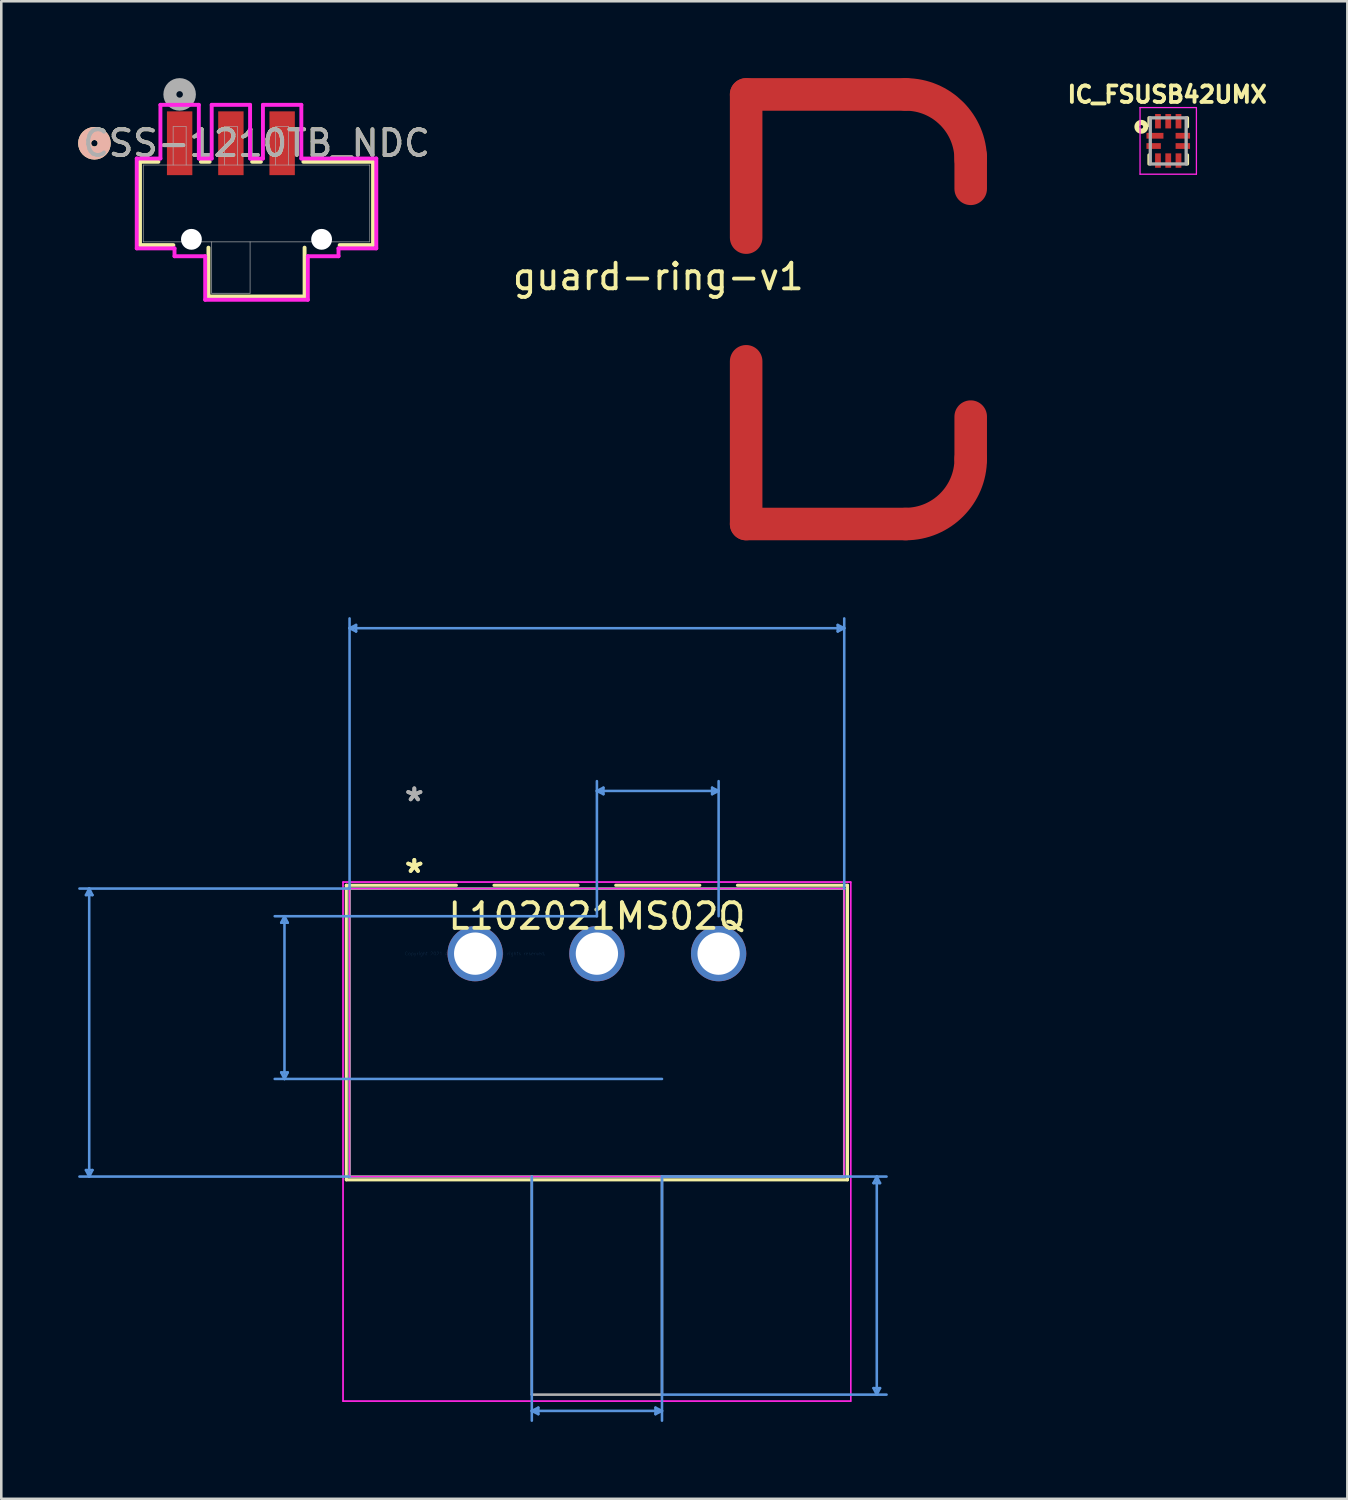
<source format=kicad_pcb>
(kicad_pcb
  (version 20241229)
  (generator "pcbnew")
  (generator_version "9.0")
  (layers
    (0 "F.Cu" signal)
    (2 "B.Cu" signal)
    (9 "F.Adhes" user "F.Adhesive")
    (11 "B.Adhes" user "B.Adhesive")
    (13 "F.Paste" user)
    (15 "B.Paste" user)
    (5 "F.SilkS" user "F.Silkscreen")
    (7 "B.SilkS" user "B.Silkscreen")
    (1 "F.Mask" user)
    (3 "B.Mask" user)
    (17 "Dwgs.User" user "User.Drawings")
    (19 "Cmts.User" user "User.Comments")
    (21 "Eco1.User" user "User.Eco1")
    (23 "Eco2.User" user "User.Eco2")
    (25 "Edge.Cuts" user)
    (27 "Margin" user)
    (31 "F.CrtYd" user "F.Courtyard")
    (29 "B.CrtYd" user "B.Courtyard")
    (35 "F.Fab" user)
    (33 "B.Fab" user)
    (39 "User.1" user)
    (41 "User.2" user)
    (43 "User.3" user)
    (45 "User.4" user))
  (footprint "IC_FSUSB42UMX"
    (layer "F.Cu")
    (at 42.538 2.448)
    (property "Reference" "IC_FSUSB42UMX" (at -0.041 -1.81 0) (layer "F.SilkS") (effects (font (size 0.64 0.64) (thickness 0.15))))
    (attr smd)
    (fp_line (start -0.75 -0.9) (end -0.75 -0.6) (stroke (width 0.127) (type solid)) (layer "F.SilkS"))
    (fp_line (start -0.75 0.55) (end -0.75 0.9) (stroke (width 0.127) (type solid)) (layer "F.SilkS"))
    (fp_line (start 0.75 -0.9) (end 0.75 -0.55) (stroke (width 0.127) (type solid)) (layer "F.SilkS"))
    (fp_line (start 0.75 0.55) (end 0.75 0.9) (stroke (width 0.127) (type solid)) (layer "F.SilkS"))
    (fp_circle (center -1.05 -0.55) (end -0.979 -0.55) (stroke (width 0.2) (type solid)) (fill no) (layer "F.SilkS"))
    (fp_line (start -1.1 -1.3) (end 1.1 -1.3) (stroke (width 0.05) (type solid)) (layer "F.CrtYd"))
    (fp_line (start -1.1 1.3) (end -1.1 -1.3) (stroke (width 0.05) (type solid)) (layer "F.CrtYd"))
    (fp_line (start 1.1 -1.3) (end 1.1 1.3) (stroke (width 0.05) (type solid)) (layer "F.CrtYd"))
    (fp_line (start 1.1 1.3) (end -1.1 1.3) (stroke (width 0.05) (type solid)) (layer "F.CrtYd"))
    (fp_line (start -0.7 -0.9) (end 0.7 -0.9) (stroke (width 0.127) (type solid)) (layer "F.Fab"))
    (fp_line (start -0.7 0.9) (end -0.7 -0.9) (stroke (width 0.127) (type solid)) (layer "F.Fab"))
    (fp_line (start 0.7 -0.9) (end 0.7 0.9) (stroke (width 0.127) (type solid)) (layer "F.Fab"))
    (fp_line (start 0.7 0.9) (end -0.7 0.9) (stroke (width 0.127) (type solid)) (layer "F.Fab"))
    (pad "1" smd rect (at -0.518 -0.2) (size 0.663 0.225) (layers "F.Cu" "F.Mask" "F.Paste"))
    (pad "2" smd rect (at -0.569 0.2) (size 0.563 0.225) (layers "F.Cu" "F.Mask" "F.Paste"))
    (pad "3" smd rect (at -0.4 0.768 90) (size 0.563 0.225) (layers "F.Cu" "F.Mask" "F.Paste"))
    (pad "4" smd rect (at 0 0.768 90) (size 0.563 0.225) (layers "F.Cu" "F.Mask" "F.Paste"))
    (pad "5" smd rect (at 0.4 0.768 90) (size 0.563 0.225) (layers "F.Cu" "F.Mask" "F.Paste"))
    (pad "6" smd rect (at 0.569 0.2 180) (size 0.563 0.225) (layers "F.Cu" "F.Mask" "F.Paste"))
    (pad "7" smd rect (at 0.569 -0.2 180) (size 0.563 0.225) (layers "F.Cu" "F.Mask" "F.Paste"))
    (pad "8" smd rect (at 0.4 -0.768 270) (size 0.563 0.225) (layers "F.Cu" "F.Mask" "F.Paste"))
    (pad "9" smd rect (at 0 -0.768 270) (size 0.563 0.225) (layers "F.Cu" "F.Mask" "F.Paste"))
    (pad "10" smd rect (at -0.4 -0.768 270) (size 0.563 0.225) (layers "F.Cu" "F.Mask" "F.Paste")))
  (footprint "L102021MS02Q"
    (layer "F.Cu")
    (at 15.493 34.164)
    (property "Reference" "L102021MS02Q" (at 4.75 -1.46 0) (layer "F.SilkS") (effects (font (size 1 1) (thickness 0.15))))
    (attr through_hole)
    (fp_line (start -5.029 -2.667) (end -5.029 8.827) (stroke (width 0.12) (type solid)) (layer "F.SilkS"))
    (fp_line (start -5.029 8.827) (end 14.529 8.827) (stroke (width 0.12) (type solid)) (layer "F.SilkS"))
    (fp_line (start -0.734 -2.667) (end -5.029 -2.667) (stroke (width 0.12) (type solid)) (layer "F.SilkS"))
    (fp_line (start 4.016 -2.667) (end 0.734 -2.667) (stroke (width 0.12) (type solid)) (layer "F.SilkS"))
    (fp_line (start 8.766 -2.667) (end 5.484 -2.667) (stroke (width 0.12) (type solid)) (layer "F.SilkS"))
    (fp_line (start 14.529 -2.667) (end 10.234 -2.667) (stroke (width 0.12) (type solid)) (layer "F.SilkS"))
    (fp_line (start 14.529 8.827) (end 14.529 -2.667) (stroke (width 0.12) (type solid)) (layer "F.SilkS"))
    (fp_line (start -15.189 -2.285) (end -14.935 -2.285) (stroke (width 0.1) (type solid)) (layer "Cmts.User"))
    (fp_line (start -15.189 8.446) (end -14.935 8.446) (stroke (width 0.1) (type solid)) (layer "Cmts.User"))
    (fp_line (start -15.062 -2.539) (end -15.189 -2.285) (stroke (width 0.1) (type solid)) (layer "Cmts.User"))
    (fp_line (start -15.062 -2.539) (end -15.062 8.7) (stroke (width 0.1) (type solid)) (layer "Cmts.User"))
    (fp_line (start -15.062 -2.539) (end -14.935 -2.285) (stroke (width 0.1) (type solid)) (layer "Cmts.User"))
    (fp_line (start -15.062 8.7) (end -15.189 8.446) (stroke (width 0.1) (type solid)) (layer "Cmts.User"))
    (fp_line (start -15.062 8.7) (end -14.935 8.446) (stroke (width 0.1) (type solid)) (layer "Cmts.User"))
    (fp_line (start -7.569 -1.206) (end -7.315 -1.206) (stroke (width 0.1) (type solid)) (layer "Cmts.User"))
    (fp_line (start -7.569 4.636) (end -7.315 4.636) (stroke (width 0.1) (type solid)) (layer "Cmts.User"))
    (fp_line (start -7.442 -1.46) (end -7.569 -1.206) (stroke (width 0.1) (type solid)) (layer "Cmts.User"))
    (fp_line (start -7.442 -1.46) (end -7.442 4.89) (stroke (width 0.1) (type solid)) (layer "Cmts.User"))
    (fp_line (start -7.442 -1.46) (end -7.315 -1.206) (stroke (width 0.1) (type solid)) (layer "Cmts.User"))
    (fp_line (start -7.442 4.89) (end -7.569 4.636) (stroke (width 0.1) (type solid)) (layer "Cmts.User"))
    (fp_line (start -7.442 4.89) (end -7.315 4.636) (stroke (width 0.1) (type solid)) (layer "Cmts.User"))
    (fp_line (start -4.902 -12.7) (end -4.648 -12.826) (stroke (width 0.1) (type solid)) (layer "Cmts.User"))
    (fp_line (start -4.902 -12.7) (end -4.648 -12.572) (stroke (width 0.1) (type solid)) (layer "Cmts.User"))
    (fp_line (start -4.902 -12.7) (end 14.402 -12.7) (stroke (width 0.1) (type solid)) (layer "Cmts.User"))
    (fp_line (start -4.902 -2.539) (end -15.443 -2.539) (stroke (width 0.1) (type solid)) (layer "Cmts.User"))
    (fp_line (start -4.902 -2.539) (end -4.902 -13.081) (stroke (width 0.1) (type solid)) (layer "Cmts.User"))
    (fp_line (start -4.902 8.7) (end -15.443 8.7) (stroke (width 0.1) (type solid)) (layer "Cmts.User"))
    (fp_line (start -4.648 -12.826) (end -4.648 -12.572) (stroke (width 0.1) (type solid)) (layer "Cmts.User"))
    (fp_line (start 2.21 8.7) (end 2.21 18.225) (stroke (width 0.1) (type solid)) (layer "Cmts.User"))
    (fp_line (start 2.21 17.844) (end 2.464 17.717) (stroke (width 0.1) (type solid)) (layer "Cmts.User"))
    (fp_line (start 2.21 17.844) (end 2.464 17.971) (stroke (width 0.1) (type solid)) (layer "Cmts.User"))
    (fp_line (start 2.21 17.844) (end 7.29 17.844) (stroke (width 0.1) (type solid)) (layer "Cmts.User"))
    (fp_line (start 2.464 17.717) (end 2.464 17.971) (stroke (width 0.1) (type solid)) (layer "Cmts.User"))
    (fp_line (start 4.75 -6.349) (end 5.004 -6.476) (stroke (width 0.1) (type solid)) (layer "Cmts.User"))
    (fp_line (start 4.75 -6.349) (end 5.004 -6.223) (stroke (width 0.1) (type solid)) (layer "Cmts.User"))
    (fp_line (start 4.75 -6.349) (end 9.5 -6.349) (stroke (width 0.1) (type solid)) (layer "Cmts.User"))
    (fp_line (start 4.75 -1.46) (end -7.823 -1.46) (stroke (width 0.1) (type solid)) (layer "Cmts.User"))
    (fp_line (start 4.75 -1.46) (end 4.75 -6.731) (stroke (width 0.1) (type solid)) (layer "Cmts.User"))
    (fp_line (start 5.004 -6.476) (end 5.004 -6.223) (stroke (width 0.1) (type solid)) (layer "Cmts.User"))
    (fp_line (start 7.036 17.717) (end 7.036 17.971) (stroke (width 0.1) (type solid)) (layer "Cmts.User"))
    (fp_line (start 7.29 4.89) (end -7.823 4.89) (stroke (width 0.1) (type solid)) (layer "Cmts.User"))
    (fp_line (start 7.29 8.7) (end 7.29 18.225) (stroke (width 0.1) (type solid)) (layer "Cmts.User"))
    (fp_line (start 7.29 8.7) (end 16.053 8.7) (stroke (width 0.1) (type solid)) (layer "Cmts.User"))
    (fp_line (start 7.29 17.209) (end 16.053 17.209) (stroke (width 0.1) (type solid)) (layer "Cmts.User"))
    (fp_line (start 7.29 17.844) (end 7.036 17.717) (stroke (width 0.1) (type solid)) (layer "Cmts.User"))
    (fp_line (start 7.29 17.844) (end 7.036 17.971) (stroke (width 0.1) (type solid)) (layer "Cmts.User"))
    (fp_line (start 9.246 -6.476) (end 9.246 -6.223) (stroke (width 0.1) (type solid)) (layer "Cmts.User"))
    (fp_line (start 9.5 -6.349) (end 9.246 -6.476) (stroke (width 0.1) (type solid)) (layer "Cmts.User"))
    (fp_line (start 9.5 -6.349) (end 9.246 -6.223) (stroke (width 0.1) (type solid)) (layer "Cmts.User"))
    (fp_line (start 9.5 -1.46) (end 9.5 -6.731) (stroke (width 0.1) (type solid)) (layer "Cmts.User"))
    (fp_line (start 14.148 -12.826) (end 14.148 -12.572) (stroke (width 0.1) (type solid)) (layer "Cmts.User"))
    (fp_line (start 14.402 -12.7) (end 14.148 -12.826) (stroke (width 0.1) (type solid)) (layer "Cmts.User"))
    (fp_line (start 14.402 -12.7) (end 14.148 -12.572) (stroke (width 0.1) (type solid)) (layer "Cmts.User"))
    (fp_line (start 14.402 -2.539) (end 14.402 -13.081) (stroke (width 0.1) (type solid)) (layer "Cmts.User"))
    (fp_line (start 15.545 8.954) (end 15.799 8.954) (stroke (width 0.1) (type solid)) (layer "Cmts.User"))
    (fp_line (start 15.545 16.955) (end 15.799 16.955) (stroke (width 0.1) (type solid)) (layer "Cmts.User"))
    (fp_line (start 15.672 8.7) (end 15.545 8.954) (stroke (width 0.1) (type solid)) (layer "Cmts.User"))
    (fp_line (start 15.672 8.7) (end 15.672 17.209) (stroke (width 0.1) (type solid)) (layer "Cmts.User"))
    (fp_line (start 15.672 8.7) (end 15.799 8.954) (stroke (width 0.1) (type solid)) (layer "Cmts.User"))
    (fp_line (start 15.672 17.209) (end 15.545 16.955) (stroke (width 0.1) (type solid)) (layer "Cmts.User"))
    (fp_line (start 15.672 17.209) (end 15.799 16.955) (stroke (width 0.1) (type solid)) (layer "Cmts.User"))
    (fp_line (start -5.156 -2.793) (end -5.156 17.463) (stroke (width 0.05) (type solid)) (layer "F.CrtYd"))
    (fp_line (start -5.156 -2.793) (end -5.156 17.463) (stroke (width 0.05) (type solid)) (layer "F.CrtYd"))
    (fp_line (start -5.156 17.463) (end 14.656 17.463) (stroke (width 0.05) (type solid)) (layer "F.CrtYd"))
    (fp_line (start -5.156 17.463) (end 14.656 17.463) (stroke (width 0.05) (type solid)) (layer "F.CrtYd"))
    (fp_line (start -4.902 -2.539) (end -4.902 8.7) (stroke (width 0.05) (type solid)) (layer "F.CrtYd"))
    (fp_line (start -4.902 8.7) (end 14.402 8.7) (stroke (width 0.05) (type solid)) (layer "F.CrtYd"))
    (fp_line (start 14.402 -2.539) (end -4.902 -2.539) (stroke (width 0.05) (type solid)) (layer "F.CrtYd"))
    (fp_line (start 14.402 8.7) (end 14.402 -2.539) (stroke (width 0.05) (type solid)) (layer "F.CrtYd"))
    (fp_line (start 14.656 -2.793) (end -5.156 -2.793) (stroke (width 0.05) (type solid)) (layer "F.CrtYd"))
    (fp_line (start 14.656 -2.793) (end -5.156 -2.793) (stroke (width 0.05) (type solid)) (layer "F.CrtYd"))
    (fp_line (start 14.656 17.463) (end 14.656 -2.793) (stroke (width 0.05) (type solid)) (layer "F.CrtYd"))
    (fp_line (start 14.656 17.463) (end 14.656 -2.793) (stroke (width 0.05) (type solid)) (layer "F.CrtYd"))
    (fp_line (start -4.902 -2.539) (end -4.902 8.7) (stroke (width 0.1) (type solid)) (layer "F.Fab"))
    (fp_line (start -4.902 8.7) (end 14.402 8.7) (stroke (width 0.1) (type solid)) (layer "F.Fab"))
    (fp_line (start 2.21 8.7) (end 2.21 17.209) (stroke (width 0.1) (type solid)) (layer "F.Fab"))
    (fp_line (start 2.21 17.209) (end 7.29 17.209) (stroke (width 0.1) (type solid)) (layer "F.Fab"))
    (fp_line (start 7.29 8.7) (end 7.29 17.209) (stroke (width 0.1) (type solid)) (layer "F.Fab"))
    (fp_line (start 14.402 -2.539) (end -4.902 -2.539) (stroke (width 0.1) (type solid)) (layer "F.Fab"))
    (fp_line (start 14.402 8.7) (end 14.402 -2.539) (stroke (width 0.1) (type solid)) (layer "F.Fab"))
    (fp_text user "*" (at -2.375 -3.111 0) (layer "F.SilkS") (effects (font (size 1 1) (thickness 0.15))))
    (fp_text user "*" (at -2.375 -3.111 0) (layer "F.SilkS") (effects (font (size 1 1) (thickness 0.15))))
    (fp_text user "Copyright 2021 Accelerated Designs. All rights reserved." (at 0 0 0) (layer "Cmts.User") (effects (font (size 0.127 0.127) (thickness 0.002))))
    (fp_text user "*" (at -2.375 -5.905 0) (layer "F.Fab") (effects (font (size 1 1) (thickness 0.15))))
    (fp_text user "*" (at -2.375 -5.905 0) (layer "F.Fab") (effects (font (size 1 1) (thickness 0.15))))
    (pad "1" thru_hole circle (at 0 0) (size 2.159 2.159) (drill 1.651) (layers "*.Cu" "*.Mask"))
    (pad "2" thru_hole circle (at 4.75 0) (size 2.159 2.159) (drill 1.651) (layers "*.Cu" "*.Mask"))
    (pad "3" thru_hole circle (at 9.5 0) (size 2.159 2.159) (drill 1.651) (layers "*.Cu" "*.Mask")))
  (footprint "guard-ring-v1"
    (layer "F.Cu")
    (at 26.194 6.223)
    (property "Reference" "guard-ring-v1" (at -3.556 1.524 0) (layer "F.SilkS") (effects (font (size 1 1) (thickness 0.15))))
    (attr through_hole)
    (fp_line (start -0.127 -5.588) (end 6.096 -5.588) (stroke (width 1.27) (type solid)) (layer "F.Cu"))
    (fp_line (start -0.127 0) (end -0.127 -5.588) (stroke (width 1.27) (type solid)) (layer "F.Cu"))
    (fp_line (start -0.127 11.176) (end -0.127 4.826) (stroke (width 1.27) (type solid)) (layer "F.Cu"))
    (fp_line (start -0.127 11.176) (end 6.096 11.176) (stroke (width 1.27) (type solid)) (layer "F.Cu"))
    (fp_line (start 8.636 -3.175) (end 8.636 -1.905) (stroke (width 1.27) (type solid)) (layer "F.Cu"))
    (fp_line (start 8.636 6.985) (end 8.636 8.636) (stroke (width 1.27) (type solid)) (layer "F.Cu"))
    (fp_arc (start 6.096 -5.588) (mid 7.892051 -4.844051) (end 8.636 -3.048) (stroke (width 1.27) (type solid)) (layer "F.Cu"))
    (fp_arc (start 8.636 8.636) (mid 7.892051 10.432051) (end 6.096 11.176) (stroke (width 1.27) (type solid)) (layer "F.Cu"))
    (fp_line (start -0.127 -5.588) (end 6.096 -5.588) (stroke (width 1.27) (type solid)) (layer "F.Mask"))
    (fp_line (start -0.127 0) (end -0.127 -5.588) (stroke (width 1.27) (type solid)) (layer "F.Mask"))
    (fp_line (start -0.127 11.176) (end -0.127 4.826) (stroke (width 1.27) (type solid)) (layer "F.Mask"))
    (fp_line (start -0.127 11.176) (end 6.096 11.176) (stroke (width 1.27) (type solid)) (layer "F.Mask"))
    (fp_line (start 8.636 -3.175) (end 8.636 -1.905) (stroke (width 1.27) (type solid)) (layer "F.Mask"))
    (fp_line (start 8.636 6.985) (end 8.636 8.636) (stroke (width 1.27) (type solid)) (layer "F.Mask"))
    (fp_arc (start 6.096 -5.588) (mid 7.892051 -4.844051) (end 8.636 -3.048) (stroke (width 1.27) (type solid)) (layer "F.Mask"))
    (fp_arc (start 8.636 8.636) (mid 7.892051 10.432051) (end 6.096 11.176) (stroke (width 1.27) (type solid)) (layer "F.Mask")))
  (footprint "CSS-1210TB_NDC"
    (layer "F.Cu")
    (at 6.96 4.889)
    (property "Reference" "CSS-1210TB_NDC" (at 0 -2.349 0) (unlocked yes) (layer "F.SilkS") (effects (font (size 1 1) (thickness 0.15))))
    (attr smd)
    (fp_line (start -4.547 -1.626) (end -4.547 1.626) (stroke (width 0.152) (type solid)) (layer "F.SilkS"))
    (fp_line (start -4.547 1.626) (end -3.244 1.626) (stroke (width 0.152) (type solid)) (layer "F.SilkS"))
    (fp_line (start -3.828 -1.626) (end -4.547 -1.626) (stroke (width 0.152) (type solid)) (layer "F.SilkS"))
    (fp_line (start -1.876 1.725) (end -1.876 3.632) (stroke (width 0.152) (type solid)) (layer "F.SilkS"))
    (fp_line (start -1.876 3.632) (end 1.876 3.632) (stroke (width 0.152) (type solid)) (layer "F.SilkS"))
    (fp_line (start -1.828 -1.626) (end -2.172 -1.626) (stroke (width 0.152) (type solid)) (layer "F.SilkS"))
    (fp_line (start 0.172 -1.626) (end -0.172 -1.626) (stroke (width 0.152) (type solid)) (layer "F.SilkS"))
    (fp_line (start 1.876 3.632) (end 1.876 1.725) (stroke (width 0.152) (type solid)) (layer "F.SilkS"))
    (fp_line (start 3.244 1.626) (end 4.547 1.626) (stroke (width 0.152) (type solid)) (layer "F.SilkS"))
    (fp_line (start 4.547 -1.626) (end 1.828 -1.626) (stroke (width 0.152) (type solid)) (layer "F.SilkS"))
    (fp_line (start 4.547 1.626) (end 4.547 -1.626) (stroke (width 0.152) (type solid)) (layer "F.SilkS"))
    (fp_circle (center -6.325 -2.349) (end -5.944 -2.349) (stroke (width 0.508) (type solid)) (fill no) (layer "F.SilkS"))
    (fp_circle (center -6.325 -2.349) (end -5.944 -2.349) (stroke (width 0.508) (type solid)) (fill no) (layer "B.SilkS"))
    (fp_line (start -4.674 -1.753) (end -4.674 1.753) (stroke (width 0.152) (type solid)) (layer "F.CrtYd"))
    (fp_line (start -4.674 1.753) (end -3.2 1.753) (stroke (width 0.152) (type solid)) (layer "F.CrtYd"))
    (fp_line (start -3.75 -3.848) (end -3.75 -1.753) (stroke (width 0.152) (type solid)) (layer "F.CrtYd"))
    (fp_line (start -3.75 -1.753) (end -4.674 -1.753) (stroke (width 0.152) (type solid)) (layer "F.CrtYd"))
    (fp_line (start -3.2 1.753) (end -3.2 2.06) (stroke (width 0.152) (type solid)) (layer "F.CrtYd"))
    (fp_line (start -3.2 2.06) (end -2.003 2.06) (stroke (width 0.152) (type solid)) (layer "F.CrtYd"))
    (fp_line (start -2.251 -3.848) (end -3.75 -3.848) (stroke (width 0.152) (type solid)) (layer "F.CrtYd"))
    (fp_line (start -2.251 -1.753) (end -2.251 -3.848) (stroke (width 0.152) (type solid)) (layer "F.CrtYd"))
    (fp_line (start -2.003 2.06) (end -2.003 3.759) (stroke (width 0.152) (type solid)) (layer "F.CrtYd"))
    (fp_line (start -2.003 3.759) (end 2.003 3.759) (stroke (width 0.152) (type solid)) (layer "F.CrtYd"))
    (fp_line (start -1.749 -3.848) (end -1.749 -1.753) (stroke (width 0.152) (type solid)) (layer "F.CrtYd"))
    (fp_line (start -1.749 -1.753) (end -2.251 -1.753) (stroke (width 0.152) (type solid)) (layer "F.CrtYd"))
    (fp_line (start -0.251 -3.848) (end -1.749 -3.848) (stroke (width 0.152) (type solid)) (layer "F.CrtYd"))
    (fp_line (start -0.251 -1.753) (end -0.251 -3.848) (stroke (width 0.152) (type solid)) (layer "F.CrtYd"))
    (fp_line (start 0.251 -3.848) (end 0.251 -1.753) (stroke (width 0.152) (type solid)) (layer "F.CrtYd"))
    (fp_line (start 0.251 -1.753) (end -0.251 -1.753) (stroke (width 0.152) (type solid)) (layer "F.CrtYd"))
    (fp_line (start 1.749 -3.848) (end 0.251 -3.848) (stroke (width 0.152) (type solid)) (layer "F.CrtYd"))
    (fp_line (start 1.749 -1.753) (end 1.749 -3.848) (stroke (width 0.152) (type solid)) (layer "F.CrtYd"))
    (fp_line (start 2.003 2.06) (end 3.2 2.06) (stroke (width 0.152) (type solid)) (layer "F.CrtYd"))
    (fp_line (start 2.003 3.759) (end 2.003 2.06) (stroke (width 0.152) (type solid)) (layer "F.CrtYd"))
    (fp_line (start 3.2 1.753) (end 4.674 1.753) (stroke (width 0.152) (type solid)) (layer "F.CrtYd"))
    (fp_line (start 3.2 2.06) (end 3.2 1.753) (stroke (width 0.152) (type solid)) (layer "F.CrtYd"))
    (fp_line (start 4.674 -1.753) (end 1.749 -1.753) (stroke (width 0.152) (type solid)) (layer "F.CrtYd"))
    (fp_line (start 4.674 1.753) (end 4.674 -1.753) (stroke (width 0.152) (type solid)) (layer "F.CrtYd"))
    (fp_line (start -4.42 -1.499) (end -4.42 1.499) (stroke (width 0.025) (type solid)) (layer "F.Fab"))
    (fp_line (start -4.42 1.499) (end 4.42 1.499) (stroke (width 0.025) (type solid)) (layer "F.Fab"))
    (fp_line (start -3.254 -2.997) (end -2.746 -2.997) (stroke (width 0.025) (type solid)) (layer "F.Fab"))
    (fp_line (start -3.254 -1.499) (end -3.254 -2.997) (stroke (width 0.025) (type solid)) (layer "F.Fab"))
    (fp_line (start -2.746 -2.997) (end -2.746 -1.499) (stroke (width 0.025) (type solid)) (layer "F.Fab"))
    (fp_line (start -1.749 1.499) (end -1.749 3.505) (stroke (width 0.025) (type solid)) (layer "F.Fab"))
    (fp_line (start -1.749 3.505) (end -0.251 3.505) (stroke (width 0.025) (type solid)) (layer "F.Fab"))
    (fp_line (start -1.254 -2.997) (end -0.746 -2.997) (stroke (width 0.025) (type solid)) (layer "F.Fab"))
    (fp_line (start -1.254 -1.499) (end -1.254 -2.997) (stroke (width 0.025) (type solid)) (layer "F.Fab"))
    (fp_line (start -0.746 -2.997) (end -0.746 -1.499) (stroke (width 0.025) (type solid)) (layer "F.Fab"))
    (fp_line (start -0.251 3.505) (end -0.251 1.499) (stroke (width 0.025) (type solid)) (layer "F.Fab"))
    (fp_line (start 0.746 -2.997) (end 1.254 -2.997) (stroke (width 0.025) (type solid)) (layer "F.Fab"))
    (fp_line (start 0.746 -1.499) (end 0.746 -2.997) (stroke (width 0.025) (type solid)) (layer "F.Fab"))
    (fp_line (start 1.254 -2.997) (end 1.254 -1.499) (stroke (width 0.025) (type solid)) (layer "F.Fab"))
    (fp_line (start 4.42 -1.499) (end -4.42 -1.499) (stroke (width 0.025) (type solid)) (layer "F.Fab"))
    (fp_line (start 4.42 1.499) (end 4.42 -1.499) (stroke (width 0.025) (type solid)) (layer "F.Fab"))
    (fp_circle (center -3 -4.255) (end -2.619 -4.255) (stroke (width 0.508) (type solid)) (fill no) (layer "F.Fab"))
    (fp_text user "${REFERENCE}" (at 0 -2.349 0) (unlocked yes) (layer "F.Fab") (effects (font (size 1 1) (thickness 0.15))))
    (pad "" np_thru_hole circle (at -2.54 1.4) (size 0.813 0.813) (drill 0.813) (layers "*.Cu" "*.Mask"))
    (pad "" np_thru_hole circle (at 2.54 1.4) (size 0.813 0.813) (drill 0.813) (layers "*.Cu" "*.Mask"))
    (pad "1" smd rect (at -3 -2.349) (size 0.991 2.489) (layers "F.Cu" "F.Mask" "F.Paste"))
    (pad "2" smd rect (at -1 -2.349) (size 0.991 2.489) (layers "F.Cu" "F.Mask" "F.Paste"))
    (pad "3" smd rect (at 1 -2.349) (size 0.991 2.489) (layers "F.Cu" "F.Mask" "F.Paste")))
  (gr_rect
    (start -3 -3)
    (end 49.528 55.44)
    (stroke (width 0.1) (type default))
    (fill no)
    (layer "Edge.Cuts")))
</source>
